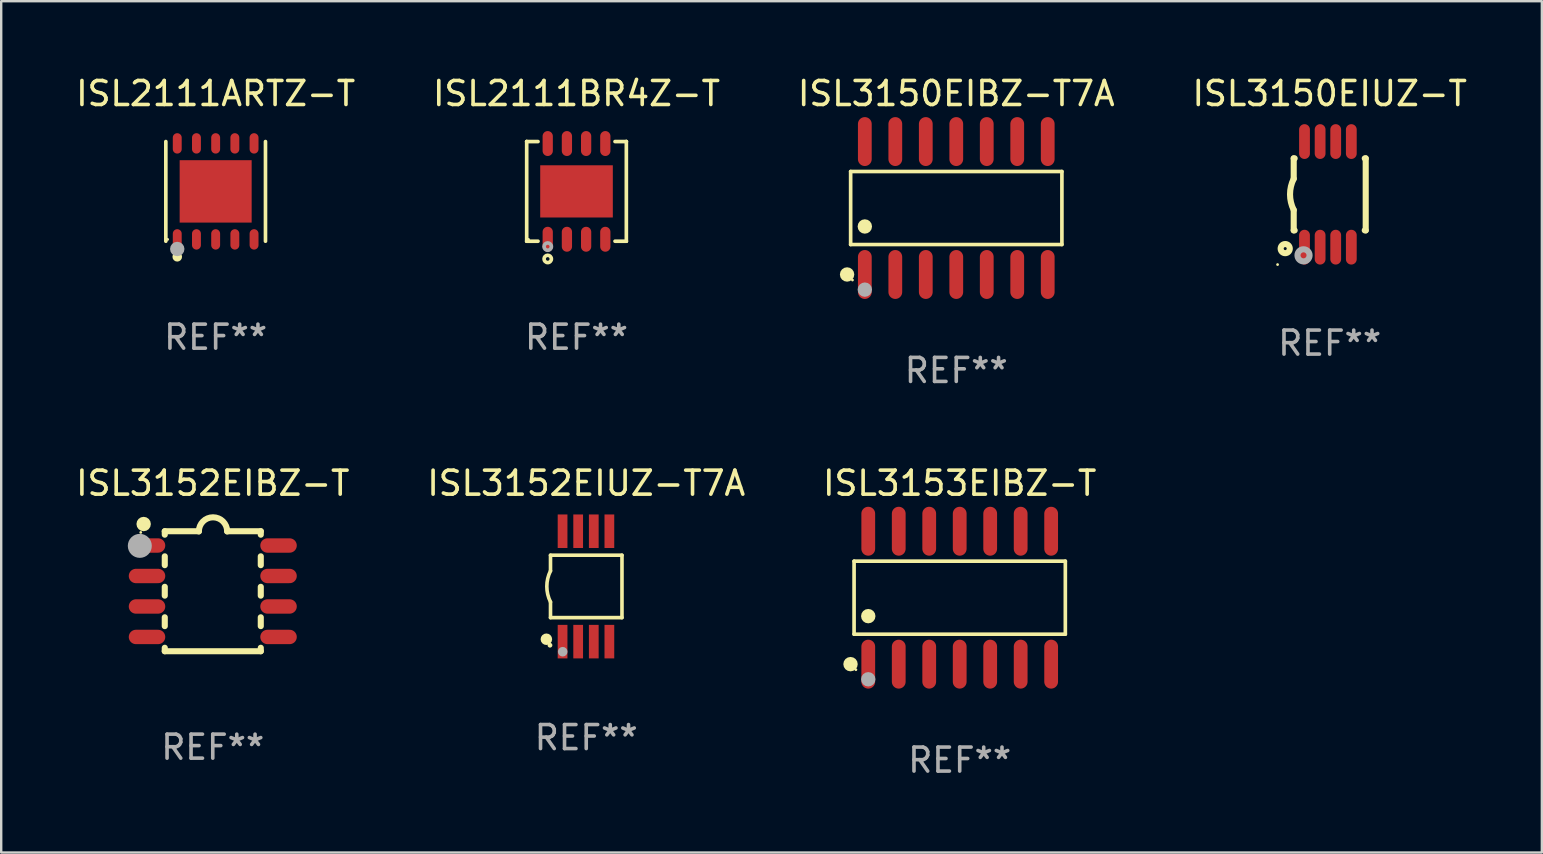
<source format=kicad_pcb>
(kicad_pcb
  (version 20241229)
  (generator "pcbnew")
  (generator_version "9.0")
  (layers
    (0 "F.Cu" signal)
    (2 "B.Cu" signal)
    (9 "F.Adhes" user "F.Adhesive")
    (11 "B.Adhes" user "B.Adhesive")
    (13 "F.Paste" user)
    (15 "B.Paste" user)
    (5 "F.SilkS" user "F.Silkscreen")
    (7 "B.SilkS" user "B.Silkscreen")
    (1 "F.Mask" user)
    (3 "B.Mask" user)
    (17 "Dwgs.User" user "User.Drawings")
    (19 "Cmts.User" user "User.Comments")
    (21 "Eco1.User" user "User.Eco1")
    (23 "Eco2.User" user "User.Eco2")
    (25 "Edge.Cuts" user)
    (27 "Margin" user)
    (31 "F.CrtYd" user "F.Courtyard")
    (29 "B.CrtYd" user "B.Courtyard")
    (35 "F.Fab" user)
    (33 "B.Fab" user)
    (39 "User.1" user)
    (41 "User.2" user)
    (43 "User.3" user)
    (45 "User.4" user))
  (footprint "ISL3150EIBZ-T7A"
    (layer "F.Cu")
    (at 36.792 5.617)
    (property "Reference" "ISL3150EIBZ-T7A" (at 0 -4.769 0) (layer "F.SilkS") (effects (font (size 1 1) (thickness 0.15))))
    (attr through_hole)
    (fp_line (start -4.401 -1.521) (end 4.401 -1.521) (stroke (width 0.152) (type solid)) (layer "F.SilkS"))
    (fp_line (start -4.401 1.521) (end -4.401 -1.521) (stroke (width 0.152) (type solid)) (layer "F.SilkS"))
    (fp_line (start 4.401 -1.521) (end 4.401 1.521) (stroke (width 0.152) (type solid)) (layer "F.SilkS"))
    (fp_line (start 4.401 1.521) (end -4.401 1.521) (stroke (width 0.152) (type solid)) (layer "F.SilkS"))
    (fp_circle (center -4.549 2.769) (end -4.399 2.769) (stroke (width 0.3) (type solid)) (fill no) (layer "F.SilkS"))
    (fp_circle (center -4.325 3) (end -4.295 3) (stroke (width 0.06) (type solid)) (fill no) (layer "F.SilkS"))
    (fp_circle (center -3.81 0.769) (end -3.66 0.769) (stroke (width 0.3) (type solid)) (fill no) (layer "F.SilkS"))
    (fp_circle (center -3.81 3.4) (end -3.66 3.4) (stroke (width 0.3) (type solid)) (fill no) (layer "F.Fab"))
    (fp_text user "REF**" (at 0 6.769 0) (layer "F.Fab") (effects (font (size 1 1) (thickness 0.15))))
    (pad "1" smd oval (at -3.81 2.769) (size 0.574 2.038) (layers "F.Cu" "F.Mask" "F.Paste"))
    (pad "2" smd oval (at -2.54 2.769) (size 0.574 2.038) (layers "F.Cu" "F.Mask" "F.Paste"))
    (pad "3" smd oval (at -1.27 2.769) (size 0.574 2.038) (layers "F.Cu" "F.Mask" "F.Paste"))
    (pad "4" smd oval (at 0 2.769) (size 0.574 2.038) (layers "F.Cu" "F.Mask" "F.Paste"))
    (pad "5" smd oval (at 1.27 2.769) (size 0.574 2.038) (layers "F.Cu" "F.Mask" "F.Paste"))
    (pad "6" smd oval (at 2.54 2.769) (size 0.574 2.038) (layers "F.Cu" "F.Mask" "F.Paste"))
    (pad "7" smd oval (at 3.81 2.769) (size 0.574 2.038) (layers "F.Cu" "F.Mask" "F.Paste"))
    (pad "8" smd oval (at 3.81 -2.769) (size 0.574 2.038) (layers "F.Cu" "F.Mask" "F.Paste"))
    (pad "9" smd oval (at 2.54 -2.769) (size 0.574 2.038) (layers "F.Cu" "F.Mask" "F.Paste"))
    (pad "10" smd oval (at 1.27 -2.769) (size 0.574 2.038) (layers "F.Cu" "F.Mask" "F.Paste"))
    (pad "11" smd oval (at 0 -2.769) (size 0.574 2.038) (layers "F.Cu" "F.Mask" "F.Paste"))
    (pad "12" smd oval (at -1.27 -2.769) (size 0.574 2.038) (layers "F.Cu" "F.Mask" "F.Paste"))
    (pad "13" smd oval (at -2.54 -2.769) (size 0.574 2.038) (layers "F.Cu" "F.Mask" "F.Paste"))
    (pad "14" smd oval (at -3.81 -2.769) (size 0.574 2.038) (layers "F.Cu" "F.Mask" "F.Paste")))
  (footprint "ISL3150EIUZ-T"
    (layer "F.Cu")
    (at 52.351 5.048)
    (property "Reference" "ISL3150EIUZ-T" (at 0 -4.2 0) (layer "F.SilkS") (effects (font (size 1 1) (thickness 0.15))))
    (attr through_hole)
    (fp_line (start -1.5 -1.5) (end -1.5 -0.65) (stroke (width 0.254) (type solid)) (layer "F.SilkS"))
    (fp_line (start -1.5 -1.5) (end -1.46 -1.5) (stroke (width 0.254) (type solid)) (layer "F.SilkS"))
    (fp_line (start -1.5 1.5) (end -1.5 0.65) (stroke (width 0.254) (type solid)) (layer "F.SilkS"))
    (fp_line (start -1.5 1.5) (end -1.46 1.5) (stroke (width 0.254) (type solid)) (layer "F.SilkS"))
    (fp_line (start 1.46 -1.5) (end 1.5 -1.5) (stroke (width 0.254) (type solid)) (layer "F.SilkS"))
    (fp_line (start 1.46 1.5) (end 1.5 1.5) (stroke (width 0.254) (type solid)) (layer "F.SilkS"))
    (fp_line (start 1.5 -1.5) (end 1.5 1.5) (stroke (width 0.254) (type solid)) (layer "F.SilkS"))
    (fp_arc (start -1.499899 0.648921) (mid -1.653255 -0.000547) (end -1.5 -0.650038) (stroke (width 0.254001) (type solid)) (layer "F.SilkS"))
    (fp_circle (center -2.172 2.925) (end -2.142 2.925) (stroke (width 0.06) (type solid)) (fill no) (layer "F.SilkS"))
    (fp_circle (center -1.854 2.26) (end -1.664 2.26) (stroke (width 0.254) (type solid)) (fill no) (layer "F.SilkS"))
    (fp_circle (center -1.091 2.54) (end -0.966 2.54) (stroke (width 0.254) (type solid)) (fill no) (layer "F.Fab"))
    (fp_text user "REF**" (at 0 6.2 0) (layer "F.Fab") (effects (font (size 1 1) (thickness 0.15))))
    (pad "1" smd oval (at -1.05 2.2 180) (size 0.45 1.45) (layers "F.Cu" "F.Mask" "F.Paste"))
    (pad "2" smd oval (at -0.4 2.2 180) (size 0.45 1.45) (layers "F.Cu" "F.Mask" "F.Paste"))
    (pad "3" smd oval (at 0.25 2.2 180) (size 0.45 1.45) (layers "F.Cu" "F.Mask" "F.Paste"))
    (pad "4" smd oval (at 0.9 2.2 180) (size 0.45 1.45) (layers "F.Cu" "F.Mask" "F.Paste"))
    (pad "5" smd oval (at 0.9 -2.2 180) (size 0.45 1.45) (layers "F.Cu" "F.Mask" "F.Paste"))
    (pad "6" smd oval (at 0.25 -2.2 180) (size 0.45 1.45) (layers "F.Cu" "F.Mask" "F.Paste"))
    (pad "7" smd oval (at -0.4 -2.2 180) (size 0.45 1.45) (layers "F.Cu" "F.Mask" "F.Paste"))
    (pad "8" smd oval (at -1.05 -2.2 180) (size 0.45 1.45) (layers "F.Cu" "F.Mask" "F.Paste")))
  (footprint "ISL3153EIBZ-T"
    (layer "F.Cu")
    (at 36.935 21.852)
    (property "Reference" "ISL3153EIBZ-T" (at 0 -4.769 0) (layer "F.SilkS") (effects (font (size 1 1) (thickness 0.15))))
    (attr through_hole)
    (fp_line (start -4.401 -1.521) (end 4.401 -1.521) (stroke (width 0.152) (type solid)) (layer "F.SilkS"))
    (fp_line (start -4.401 1.521) (end -4.401 -1.521) (stroke (width 0.152) (type solid)) (layer "F.SilkS"))
    (fp_line (start 4.401 -1.521) (end 4.401 1.521) (stroke (width 0.152) (type solid)) (layer "F.SilkS"))
    (fp_line (start 4.401 1.521) (end -4.401 1.521) (stroke (width 0.152) (type solid)) (layer "F.SilkS"))
    (fp_circle (center -4.549 2.769) (end -4.399 2.769) (stroke (width 0.3) (type solid)) (fill no) (layer "F.SilkS"))
    (fp_circle (center -4.325 3) (end -4.295 3) (stroke (width 0.06) (type solid)) (fill no) (layer "F.SilkS"))
    (fp_circle (center -3.81 0.769) (end -3.66 0.769) (stroke (width 0.3) (type solid)) (fill no) (layer "F.SilkS"))
    (fp_circle (center -3.81 3.4) (end -3.66 3.4) (stroke (width 0.3) (type solid)) (fill no) (layer "F.Fab"))
    (fp_text user "REF**" (at 0 6.769 0) (layer "F.Fab") (effects (font (size 1 1) (thickness 0.15))))
    (pad "1" smd oval (at -3.81 2.769) (size 0.574 2.038) (layers "F.Cu" "F.Mask" "F.Paste"))
    (pad "2" smd oval (at -2.54 2.769) (size 0.574 2.038) (layers "F.Cu" "F.Mask" "F.Paste"))
    (pad "3" smd oval (at -1.27 2.769) (size 0.574 2.038) (layers "F.Cu" "F.Mask" "F.Paste"))
    (pad "4" smd oval (at 0 2.769) (size 0.574 2.038) (layers "F.Cu" "F.Mask" "F.Paste"))
    (pad "5" smd oval (at 1.27 2.769) (size 0.574 2.038) (layers "F.Cu" "F.Mask" "F.Paste"))
    (pad "6" smd oval (at 2.54 2.769) (size 0.574 2.038) (layers "F.Cu" "F.Mask" "F.Paste"))
    (pad "7" smd oval (at 3.81 2.769) (size 0.574 2.038) (layers "F.Cu" "F.Mask" "F.Paste"))
    (pad "8" smd oval (at 3.81 -2.769) (size 0.574 2.038) (layers "F.Cu" "F.Mask" "F.Paste"))
    (pad "9" smd oval (at 2.54 -2.769) (size 0.574 2.038) (layers "F.Cu" "F.Mask" "F.Paste"))
    (pad "10" smd oval (at 1.27 -2.769) (size 0.574 2.038) (layers "F.Cu" "F.Mask" "F.Paste"))
    (pad "11" smd oval (at 0 -2.769) (size 0.574 2.038) (layers "F.Cu" "F.Mask" "F.Paste"))
    (pad "12" smd oval (at -1.27 -2.769) (size 0.574 2.038) (layers "F.Cu" "F.Mask" "F.Paste"))
    (pad "13" smd oval (at -2.54 -2.769) (size 0.574 2.038) (layers "F.Cu" "F.Mask" "F.Paste"))
    (pad "14" smd oval (at -3.81 -2.769) (size 0.574 2.038) (layers "F.Cu" "F.Mask" "F.Paste")))
  (footprint "ISL3152EIUZ-T7A"
    (layer "F.Cu")
    (at 21.375 21.383)
    (property "Reference" "ISL3152EIUZ-T7A" (at 0 -4.3 0) (layer "F.SilkS") (effects (font (size 1 1) (thickness 0.15))))
    (attr through_hole)
    (fp_line (start -1.489 -1.3) (end -1.489 -0.648) (stroke (width 0.15) (type solid)) (layer "F.SilkS"))
    (fp_line (start -1.489 0.648) (end -1.489 1.3) (stroke (width 0.15) (type solid)) (layer "F.SilkS"))
    (fp_line (start -1.489 1.3) (end 1.489 1.3) (stroke (width 0.15) (type solid)) (layer "F.SilkS"))
    (fp_line (start 1.489 -1.3) (end -1.489 -1.3) (stroke (width 0.15) (type solid)) (layer "F.SilkS"))
    (fp_line (start 1.489 1.3) (end 1.489 -1.3) (stroke (width 0.15) (type solid)) (layer "F.SilkS"))
    (fp_arc (start -1.489205 0.647702) (mid -1.642107 0) (end -1.489205 -0.647701) (stroke (width 0.150013) (type solid)) (layer "F.SilkS"))
    (fp_circle (center -1.661 2.2) (end -1.541 2.2) (stroke (width 0.24) (type solid)) (fill no) (layer "F.SilkS"))
    (fp_circle (center -1.511 2.45) (end -1.461 2.45) (stroke (width 0.1) (type solid)) (fill no) (layer "F.SilkS"))
    (fp_circle (center -0.981 2.72) (end -0.881 2.72) (stroke (width 0.2) (type solid)) (fill no) (layer "F.Fab"))
    (fp_text user "REF**" (at 0 6.3 0) (layer "F.Fab") (effects (font (size 1 1) (thickness 0.15))))
    (pad "1" smd rect (at -0.986 2.3) (size 0.406 1.397) (layers "F.Cu" "F.Mask" "F.Paste"))
    (pad "2" smd rect (at -0.336 2.3) (size 0.406 1.397) (layers "F.Cu" "F.Mask" "F.Paste"))
    (pad "3" smd rect (at 0.314 2.3) (size 0.406 1.397) (layers "F.Cu" "F.Mask" "F.Paste"))
    (pad "4" smd rect (at 0.964 2.3) (size 0.406 1.397) (layers "F.Cu" "F.Mask" "F.Paste"))
    (pad "5" smd rect (at 0.964 -2.3) (size 0.406 1.397) (layers "F.Cu" "F.Mask" "F.Paste"))
    (pad "6" smd rect (at 0.314 -2.3) (size 0.406 1.397) (layers "F.Cu" "F.Mask" "F.Paste"))
    (pad "7" smd rect (at -0.336 -2.3) (size 0.406 1.397) (layers "F.Cu" "F.Mask" "F.Paste"))
    (pad "8" smd rect (at -0.986 -2.3) (size 0.406 1.397) (layers "F.Cu" "F.Mask" "F.Paste")))
  (footprint "ISL2111ARTZ-T"
    (layer "F.Cu")
    (at 5.935 4.924)
    (property "Reference" "ISL2111ARTZ-T" (at 0 -4.076 0) (layer "F.SilkS") (effects (font (size 1 1) (thickness 0.15))))
    (attr through_hole)
    (fp_line (start -2.076 2.076) (end -2.076 -2.076) (stroke (width 0.152) (type solid)) (layer "F.SilkS"))
    (fp_line (start 2.076 -2.076) (end 2.076 2.076) (stroke (width 0.152) (type solid)) (layer "F.SilkS"))
    (fp_circle (center -2 2) (end -1.97 2) (stroke (width 0.06) (type solid)) (fill no) (layer "F.SilkS"))
    (fp_circle (center -1.6 2.725) (end -1.5 2.725) (stroke (width 0.2) (type solid)) (fill no) (layer "F.SilkS"))
    (fp_circle (center -1.6 2.4) (end -1.45 2.4) (stroke (width 0.3) (type solid)) (fill no) (layer "F.Fab"))
    (fp_text user "REF**" (at 0 6.076 0) (layer "F.Fab") (effects (font (size 1 1) (thickness 0.15))))
    (pad "1" smd oval (at -1.6 2) (size 0.371 0.85) (layers "F.Cu" "F.Mask" "F.Paste"))
    (pad "2" smd oval (at -0.8 2) (size 0.371 0.85) (layers "F.Cu" "F.Mask" "F.Paste"))
    (pad "3" smd oval (at 0 2) (size 0.371 0.85) (layers "F.Cu" "F.Mask" "F.Paste"))
    (pad "4" smd oval (at 0.8 2) (size 0.371 0.85) (layers "F.Cu" "F.Mask" "F.Paste"))
    (pad "5" smd oval (at 1.6 2) (size 0.371 0.85) (layers "F.Cu" "F.Mask" "F.Paste"))
    (pad "6" smd oval (at 1.6 -2) (size 0.371 0.85) (layers "F.Cu" "F.Mask" "F.Paste"))
    (pad "7" smd oval (at 0.8 -2) (size 0.371 0.85) (layers "F.Cu" "F.Mask" "F.Paste"))
    (pad "8" smd oval (at 0 -2) (size 0.371 0.85) (layers "F.Cu" "F.Mask" "F.Paste"))
    (pad "9" smd oval (at -0.8 -2) (size 0.371 0.85) (layers "F.Cu" "F.Mask" "F.Paste"))
    (pad "10" smd oval (at -1.6 -2) (size 0.371 0.85) (layers "F.Cu" "F.Mask" "F.Paste"))
    (pad "11" smd rect (at 0 0) (size 3 2.6) (layers "F.Cu" "F.Mask" "F.Paste")))
  (footprint "ISL3152EIBZ-T"
    (layer "F.Cu")
    (at 5.815 21.583)
    (property "Reference" "ISL3152EIBZ-T" (at 0 -4.5 0) (layer "F.SilkS") (effects (font (size 1 1) (thickness 0.15))))
    (attr through_hole)
    (fp_line (start -2 -2.5) (end -2 -2.356) (stroke (width 0.254) (type solid)) (layer "F.SilkS"))
    (fp_line (start -2 -1.454) (end -2 -1.086) (stroke (width 0.254) (type solid)) (layer "F.SilkS"))
    (fp_line (start -2 -0.184) (end -2 0.184) (stroke (width 0.254) (type solid)) (layer "F.SilkS"))
    (fp_line (start -2 1.086) (end -2 1.454) (stroke (width 0.254) (type solid)) (layer "F.SilkS"))
    (fp_line (start -2 2.356) (end -2 2.5) (stroke (width 0.254) (type solid)) (layer "F.SilkS"))
    (fp_line (start -0.58 -2.5) (end -2 -2.5) (stroke (width 0.254) (type solid)) (layer "F.SilkS"))
    (fp_line (start 2 -2.5) (end 0.6 -2.5) (stroke (width 0.254) (type solid)) (layer "F.SilkS"))
    (fp_line (start 2 -2.5) (end 2 -2.356) (stroke (width 0.254) (type solid)) (layer "F.SilkS"))
    (fp_line (start 2 -1.454) (end 2 -1.086) (stroke (width 0.254) (type solid)) (layer "F.SilkS"))
    (fp_line (start 2 -0.184) (end 2 0.184) (stroke (width 0.254) (type solid)) (layer "F.SilkS"))
    (fp_line (start 2 1.086) (end 2 1.454) (stroke (width 0.254) (type solid)) (layer "F.SilkS"))
    (fp_line (start 2 2.356) (end 2 2.5) (stroke (width 0.254) (type solid)) (layer "F.SilkS"))
    (fp_line (start 2 2.5) (end -2 2.5) (stroke (width 0.254) (type solid)) (layer "F.SilkS"))
    (fp_arc (start -0.579908 -2.489992) (mid 0.010097 -3.07831) (end 0.600102 -2.489992) (stroke (width 0.254001) (type solid)) (layer "F.SilkS"))
    (fp_circle (center -3 -2.45) (end -2.97 -2.45) (stroke (width 0.06) (type solid)) (fill no) (layer "F.SilkS"))
    (fp_circle (center -2.88 -2.8) (end -2.73 -2.8) (stroke (width 0.3) (type solid)) (fill no) (layer "F.SilkS"))
    (fp_circle (center -3.04 -1.89) (end -2.79 -1.89) (stroke (width 0.5) (type solid)) (fill no) (layer "F.Fab"))
    (fp_text user "REF**" (at 0 6.5 0) (layer "F.Fab") (effects (font (size 1 1) (thickness 0.15))))
    (pad "1" smd oval (at -2.74 -1.905 90) (size 0.6 1.52) (layers "F.Cu" "F.Mask" "F.Paste"))
    (pad "2" smd oval (at -2.74 -0.635 90) (size 0.6 1.52) (layers "F.Cu" "F.Mask" "F.Paste"))
    (pad "3" smd oval (at -2.74 0.635 90) (size 0.6 1.52) (layers "F.Cu" "F.Mask" "F.Paste"))
    (pad "4" smd oval (at -2.74 1.905 90) (size 0.6 1.52) (layers "F.Cu" "F.Mask" "F.Paste"))
    (pad "5" smd oval (at 2.74 1.905 90) (size 0.6 1.52) (layers "F.Cu" "F.Mask" "F.Paste"))
    (pad "6" smd oval (at 2.74 0.635 90) (size 0.6 1.52) (layers "F.Cu" "F.Mask" "F.Paste"))
    (pad "7" smd oval (at 2.74 -0.635 90) (size 0.6 1.52) (layers "F.Cu" "F.Mask" "F.Paste"))
    (pad "8" smd oval (at 2.74 -1.905 90) (size 0.6 1.52) (layers "F.Cu" "F.Mask" "F.Paste")))
  (footprint "ISL2111BR4Z-T"
    (layer "F.Cu")
    (at 20.97 4.924)
    (property "Reference" "ISL2111BR4Z-T" (at 0 -4.076 0) (layer "F.SilkS") (effects (font (size 1 1) (thickness 0.15))))
    (attr through_hole)
    (fp_line (start -2.076 -2.076) (end -2.076 -2.076) (stroke (width 0.152) (type solid)) (layer "F.SilkS"))
    (fp_line (start -2.076 -2.076) (end -1.604 -2.076) (stroke (width 0.152) (type solid)) (layer "F.SilkS"))
    (fp_line (start -2.076 2.076) (end -2.076 -2.076) (stroke (width 0.152) (type solid)) (layer "F.SilkS"))
    (fp_line (start -2.076 2.076) (end -2.076 2.076) (stroke (width 0.152) (type solid)) (layer "F.SilkS"))
    (fp_line (start -1.604 2.076) (end -2.076 2.076) (stroke (width 0.152) (type solid)) (layer "F.SilkS"))
    (fp_line (start 1.604 2.076) (end 2.076 2.076) (stroke (width 0.152) (type solid)) (layer "F.SilkS"))
    (fp_line (start 2.076 -2.076) (end 1.604 -2.076) (stroke (width 0.152) (type solid)) (layer "F.SilkS"))
    (fp_line (start 2.076 -2.076) (end 2.076 -2.076) (stroke (width 0.152) (type solid)) (layer "F.SilkS"))
    (fp_line (start 2.076 2.076) (end 2.076 -2.076) (stroke (width 0.152) (type solid)) (layer "F.SilkS"))
    (fp_line (start 2.076 2.076) (end 2.076 2.076) (stroke (width 0.152) (type solid)) (layer "F.SilkS"))
    (fp_circle (center -2 2) (end -1.97 2) (stroke (width 0.06) (type solid)) (fill no) (layer "F.SilkS"))
    (fp_circle (center -1.2 2.814) (end -1.124 2.814) (stroke (width 0.153) (type solid)) (fill no) (layer "F.SilkS"))
    (fp_circle (center -1.2 2.3) (end -1.124 2.3) (stroke (width 0.153) (type solid)) (fill no) (layer "F.Fab"))
    (fp_text user "REF**" (at 0 6.076 0) (layer "F.Fab") (effects (font (size 1 1) (thickness 0.15))))
    (pad "1" smd oval (at -1.2 1.994) (size 0.427 1.039) (layers "F.Cu" "F.Mask" "F.Paste"))
    (pad "2" smd oval (at -0.4 1.994) (size 0.427 1.039) (layers "F.Cu" "F.Mask" "F.Paste"))
    (pad "3" smd oval (at 0.4 1.994) (size 0.427 1.039) (layers "F.Cu" "F.Mask" "F.Paste"))
    (pad "4" smd oval (at 1.2 1.994) (size 0.427 1.039) (layers "F.Cu" "F.Mask" "F.Paste"))
    (pad "5" smd oval (at 1.2 -1.994) (size 0.427 1.039) (layers "F.Cu" "F.Mask" "F.Paste"))
    (pad "6" smd oval (at 0.4 -1.994) (size 0.427 1.039) (layers "F.Cu" "F.Mask" "F.Paste"))
    (pad "7" smd oval (at -0.4 -1.994) (size 0.427 1.039) (layers "F.Cu" "F.Mask" "F.Paste"))
    (pad "8" smd oval (at -1.2 -1.994) (size 0.427 1.039) (layers "F.Cu" "F.Mask" "F.Paste"))
    (pad "9" smd rect (at 0 0) (size 3.025 2.175) (layers "F.Cu" "F.Mask" "F.Paste")))
  (gr_rect
    (start -3 -3)
    (end 61.19 32.469)
    (stroke (width 0.1) (type default))
    (fill no)
    (layer "Edge.Cuts")))
</source>
